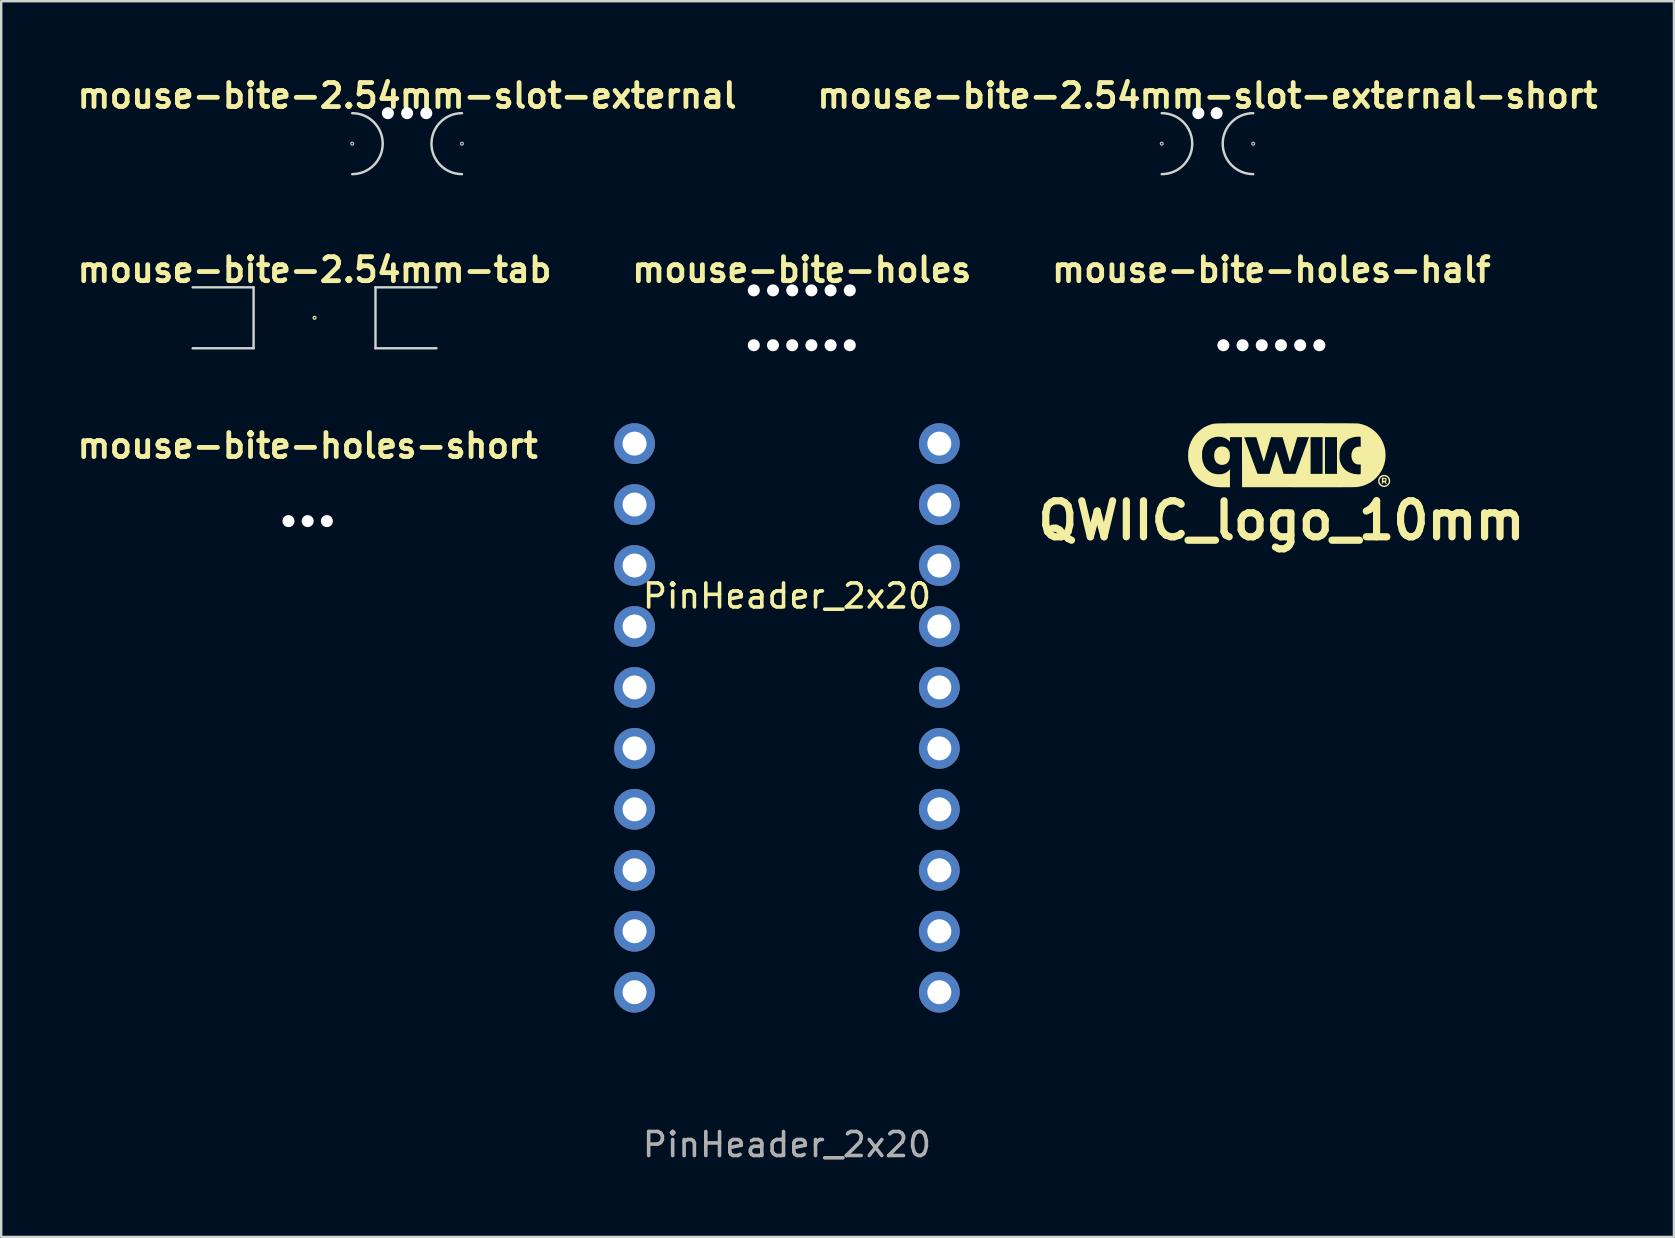
<source format=kicad_pcb>
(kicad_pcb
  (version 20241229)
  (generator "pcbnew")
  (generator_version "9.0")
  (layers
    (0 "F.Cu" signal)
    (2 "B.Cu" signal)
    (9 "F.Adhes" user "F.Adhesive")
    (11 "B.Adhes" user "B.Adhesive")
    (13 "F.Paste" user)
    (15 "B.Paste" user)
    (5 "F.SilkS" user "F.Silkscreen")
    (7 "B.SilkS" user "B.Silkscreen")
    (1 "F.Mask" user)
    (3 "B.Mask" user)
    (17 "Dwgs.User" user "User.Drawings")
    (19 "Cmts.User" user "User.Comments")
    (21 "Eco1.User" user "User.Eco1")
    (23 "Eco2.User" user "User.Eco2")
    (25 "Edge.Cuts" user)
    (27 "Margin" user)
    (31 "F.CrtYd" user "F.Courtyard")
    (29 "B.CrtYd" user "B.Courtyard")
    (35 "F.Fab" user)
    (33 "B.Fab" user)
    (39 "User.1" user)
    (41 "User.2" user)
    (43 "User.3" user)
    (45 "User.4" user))
  (footprint "mouse-bite-2.54mm-tab"
    (layer "F.Cu")
    (at 10.057 10.193)
    (property "Reference" "mouse-bite-2.54mm-tab" (at 0 -2 0) (layer "F.SilkS") (effects (font (size 1 1) (thickness 0.2))))
    (attr through_hole)
    (fp_circle (center 0 0) (end 0.06 0) (stroke (width 0.05) (type solid)) (fill no) (layer "F.SilkS"))
    (fp_line (start -5.08 -1.27) (end -2.54 -1.27) (stroke (width 0.1) (type default)) (layer "Edge.Cuts"))
    (fp_line (start -5.08 1.27) (end -2.54 1.27) (stroke (width 0.1) (type default)) (layer "Edge.Cuts"))
    (fp_line (start -2.54 -1.27) (end -2.54 1.27) (stroke (width 0.1) (type default)) (layer "Edge.Cuts"))
    (fp_line (start 2.54 -1.27) (end 5.08 -1.27) (stroke (width 0.1) (type default)) (layer "Edge.Cuts"))
    (fp_line (start 2.54 1.27) (end 5.08 1.27) (stroke (width 0.1) (type default)) (layer "Edge.Cuts"))
    (fp_line (start 2.54 -1.27) (end 2.54 1.27) (stroke (width 0.1) (type default)) (layer "Edge.Cuts")))
  (footprint "mouse-bite-holes-half"
    (layer "F.Cu")
    (at 49.929 10.193)
    (property "Reference" "mouse-bite-holes-half" (at 0 -2 0) (layer "F.SilkS") (effects (font (size 1 1) (thickness 0.2))))
    (attr through_hole)
    (pad "" np_thru_hole circle (at -2 1.143) (size 0.5 0.5) (drill 0.5) (layers "*.Cu" "*.Mask"))
    (pad "" np_thru_hole circle (at -1.2 1.143) (size 0.5 0.5) (drill 0.5) (layers "*.Cu" "*.Mask"))
    (pad "" np_thru_hole circle (at -0.4 1.143) (size 0.5 0.5) (drill 0.5) (layers "*.Cu" "*.Mask"))
    (pad "" np_thru_hole circle (at 0.4 1.143) (size 0.5 0.5) (drill 0.5) (layers "*.Cu" "*.Mask"))
    (pad "" np_thru_hole circle (at 1.2 1.143) (size 0.5 0.5) (drill 0.5) (layers "*.Cu" "*.Mask"))
    (pad "" np_thru_hole circle (at 2 1.143) (size 0.5 0.5) (drill 0.5) (layers "*.Cu" "*.Mask")))
  (footprint "mouse-bite-2.54mm-slot-external"
    (layer "F.Cu")
    (at 13.914 2.936)
    (property "Reference" "mouse-bite-2.54mm-slot-external" (at 0 -2 0) (layer "F.SilkS") (effects (font (size 1 1) (thickness 0.2))))
    (attr through_hole)
    (fp_circle (center -2.286 0) (end -2.226 0) (stroke (width 0.05) (type solid)) (fill no) (layer "Dwgs.User"))
    (fp_circle (center 2.286 0) (end 2.346 0) (stroke (width 0.05) (type solid)) (fill no) (layer "Dwgs.User"))
    (fp_arc (start -2.286 -1.27) (mid -1.016 0) (end -2.286 1.27) (stroke (width 0.1016) (type solid)) (layer "Edge.Cuts"))
    (fp_arc (start 2.286 1.27) (mid 1.016 0) (end 2.286 -1.27) (stroke (width 0.1016) (type solid)) (layer "Edge.Cuts"))
    (pad "" np_thru_hole circle (at -0.8 -1.27) (size 0.5 0.5) (drill 0.5) (layers "*.Cu" "*.Mask"))
    (pad "" np_thru_hole circle (at 0 -1.27) (size 0.5 0.5) (drill 0.5) (layers "*.Cu" "*.Mask"))
    (pad "" np_thru_hole circle (at 0.8 -1.27) (size 0.5 0.5) (drill 0.5) (layers "*.Cu" "*.Mask")))
  (footprint "mouse-bite-2.54mm-slot-external-short"
    (layer "F.Cu")
    (at 47.267 2.936)
    (property "Reference" "mouse-bite-2.54mm-slot-external-short" (at 0 -2 0) (layer "F.SilkS") (effects (font (size 1 1) (thickness 0.2))))
    (attr through_hole)
    (fp_circle (center -1.905 0) (end -1.845 0) (stroke (width 0.05) (type solid)) (fill no) (layer "Dwgs.User"))
    (fp_circle (center 1.905 0) (end 1.965 0) (stroke (width 0.05) (type solid)) (fill no) (layer "Dwgs.User"))
    (fp_arc (start -1.905 -1.27) (mid -0.635 0) (end -1.905 1.27) (stroke (width 0.1016) (type solid)) (layer "Edge.Cuts"))
    (fp_arc (start 1.905 1.27) (mid 0.635 0) (end 1.905 -1.27) (stroke (width 0.1016) (type solid)) (layer "Edge.Cuts"))
    (pad "" np_thru_hole circle (at -0.381 -1.27) (size 0.5 0.5) (drill 0.5) (layers "*.Cu" "*.Mask"))
    (pad "" np_thru_hole circle (at 0.381 -1.27) (size 0.5 0.5) (drill 0.5) (layers "*.Cu" "*.Mask")))
  (footprint "PinHeader_2x20"
    (layer "F.Cu")
    (at 23.393 15.436)
    (property "Reference" "PinHeader_2x20" (at 6.35 6.35 0) (layer "F.SilkS") (effects (font (size 1 1) (thickness 0.15))))
    (attr through_hole)
    (fp_text user "${REFERENCE}" (at 6.35 29.21 180) (layer "F.Fab") (effects (font (size 1 1) (thickness 0.15))))
    (pad "1" thru_hole circle (at 0 0) (size 1.7 1.7) (drill 1) (layers "*.Cu" "*.Mask"))
    (pad "2" thru_hole oval (at 0 2.54) (size 1.7 1.7) (drill 1) (layers "*.Cu" "*.Mask"))
    (pad "3" thru_hole oval (at 0 5.08) (size 1.7 1.7) (drill 1) (layers "*.Cu" "*.Mask"))
    (pad "4" thru_hole oval (at 0 7.62) (size 1.7 1.7) (drill 1) (layers "*.Cu" "*.Mask"))
    (pad "5" thru_hole oval (at 0 10.16) (size 1.7 1.7) (drill 1) (layers "*.Cu" "*.Mask"))
    (pad "6" thru_hole oval (at 0 12.7) (size 1.7 1.7) (drill 1) (layers "*.Cu" "*.Mask"))
    (pad "7" thru_hole oval (at 0 15.24) (size 1.7 1.7) (drill 1) (layers "*.Cu" "*.Mask"))
    (pad "8" thru_hole oval (at 0 17.78) (size 1.7 1.7) (drill 1) (layers "*.Cu" "*.Mask"))
    (pad "9" thru_hole oval (at 0 20.32) (size 1.7 1.7) (drill 1) (layers "*.Cu" "*.Mask"))
    (pad "10" thru_hole oval (at 0 22.86) (size 1.7 1.7) (drill 1) (layers "*.Cu" "*.Mask"))
    (pad "11" thru_hole oval (at 12.7 22.86) (size 1.7 1.7) (drill 1) (layers "*.Cu" "*.Mask"))
    (pad "12" thru_hole oval (at 12.7 20.32) (size 1.7 1.7) (drill 1) (layers "*.Cu" "*.Mask"))
    (pad "13" thru_hole oval (at 12.7 17.78) (size 1.7 1.7) (drill 1) (layers "*.Cu" "*.Mask"))
    (pad "14" thru_hole oval (at 12.7 15.24) (size 1.7 1.7) (drill 1) (layers "*.Cu" "*.Mask"))
    (pad "15" thru_hole oval (at 12.7 12.7) (size 1.7 1.7) (drill 1) (layers "*.Cu" "*.Mask"))
    (pad "16" thru_hole oval (at 12.7 10.16) (size 1.7 1.7) (drill 1) (layers "*.Cu" "*.Mask"))
    (pad "17" thru_hole oval (at 12.7 7.62) (size 1.7 1.7) (drill 1) (layers "*.Cu" "*.Mask"))
    (pad "18" thru_hole oval (at 12.7 5.08) (size 1.7 1.7) (drill 1) (layers "*.Cu" "*.Mask"))
    (pad "19" thru_hole oval (at 12.7 2.54) (size 1.7 1.7) (drill 1) (layers "*.Cu" "*.Mask"))
    (pad "20" thru_hole circle (at 12.7 0) (size 1.7 1.7) (drill 1) (layers "*.Cu" "*.Mask")))
  (footprint "mouse-bite-holes-short"
    (layer "F.Cu")
    (at 9.771 17.522)
    (property "Reference" "mouse-bite-holes-short" (at 0 -2 0) (layer "F.SilkS") (effects (font (size 1 1) (thickness 0.2))))
    (attr through_hole)
    (pad "" np_thru_hole circle (at -0.8 1.143) (size 0.5 0.5) (drill 0.5) (layers "*.Cu" "*.Mask"))
    (pad "" np_thru_hole circle (at 0 1.143) (size 0.5 0.5) (drill 0.5) (layers "*.Cu" "*.Mask"))
    (pad "" np_thru_hole circle (at 0.8 1.143) (size 0.5 0.5) (drill 0.5) (layers "*.Cu" "*.Mask")))
  (footprint "QWIIC_logo_10mm"
    (layer "F.Cu")
    (at 50.604 15.846)
    (property "Reference" "QWIIC_logo_10mm" (at -0.254 2.794 0) (layer "F.SilkS") (effects (font (size 1.5 1.5) (thickness 0.3))))
    (attr board_only exclude_from_pos_files exclude_from_bom)
    (fp_poly (pts (xy -2.706 -0.288) (xy -2.628 -0.276) (xy -2.563 -0.249) (xy -2.507 -0.206) (xy -2.461 -0.146) (xy -2.437 -0.101) (xy -2.422 -0.067) (xy -2.412 -0.035) (xy -2.407 -0.000235) (xy -2.403 0.046) (xy -2.402 0.065) (xy -2.405 0.164) (xy -2.423 0.251) (xy -2.456 0.325) (xy -2.503 0.386) (xy -2.529 0.409) (xy -2.591 0.447) (xy -2.663 0.47) (xy -2.737 0.477) (xy -2.81 0.468) (xy -2.824 0.464) (xy -2.898 0.431) (xy -2.959 0.383) (xy -3.005 0.322) (xy -3.038 0.247) (xy -3.055 0.16) (xy -3.058 0.066) (xy -3.05 -0.017) (xy -3.032 -0.085) (xy -3.002 -0.142) (xy -2.96 -0.194) (xy -2.944 -0.21) (xy -2.892 -0.25) (xy -2.84 -0.275) (xy -2.781 -0.287) (xy -2.711 -0.288)) (stroke (width 0) (type solid)) (fill yes) (layer "F.SilkS"))
    (fp_poly (pts (xy 4.045 1.014) (xy 4.088 1.025) (xy 4.115 1.043) (xy 4.12 1.05) (xy 4.129 1.083) (xy 4.128 1.12) (xy 4.116 1.152) (xy 4.11 1.16) (xy 4.096 1.175) (xy 4.095 1.187) (xy 4.106 1.206) (xy 4.108 1.208) (xy 4.127 1.236) (xy 4.134 1.252) (xy 4.13 1.258) (xy 4.115 1.26) (xy 4.108 1.26) (xy 4.084 1.257) (xy 4.067 1.243) (xy 4.056 1.225) (xy 4.036 1.199) (xy 4.016 1.188) (xy 3.999 1.194) (xy 3.989 1.217) (xy 3.988 1.222) (xy 3.983 1.246) (xy 3.97 1.256) (xy 3.958 1.258) (xy 3.93 1.261) (xy 3.93 1.136) (xy 3.93 1.126) (xy 3.987 1.126) (xy 3.992 1.137) (xy 4.008 1.14) (xy 4.02 1.14) (xy 4.048 1.137) (xy 4.067 1.129) (xy 4.068 1.128) (xy 4.08 1.106) (xy 4.075 1.085) (xy 4.055 1.068) (xy 4.025 1.06) (xy 4.017 1.06) (xy 4 1.063) (xy 3.992 1.074) (xy 3.988 1.1) (xy 3.987 1.126) (xy 3.93 1.126) (xy 3.93 1.01) (xy 3.989 1.01)) (stroke (width 0) (type solid)) (fill yes) (layer "F.SilkS"))
    (fp_poly (pts (xy 4.051 0.893) (xy 4.117 0.908) (xy 4.174 0.939) (xy 4.22 0.982) (xy 4.254 1.035) (xy 4.274 1.095) (xy 4.278 1.159) (xy 4.266 1.224) (xy 4.251 1.258) (xy 4.224 1.297) (xy 4.186 1.336) (xy 4.144 1.368) (xy 4.103 1.388) (xy 4.102 1.388) (xy 4.037 1.399) (xy 3.969 1.393) (xy 3.933 1.384) (xy 3.888 1.359) (xy 3.844 1.322) (xy 3.808 1.277) (xy 3.795 1.255) (xy 3.778 1.201) (xy 3.774 1.139) (xy 3.777 1.122) (xy 3.832 1.122) (xy 3.833 1.176) (xy 3.85 1.227) (xy 3.878 1.271) (xy 3.918 1.307) (xy 3.965 1.33) (xy 4.018 1.34) (xy 4.075 1.333) (xy 4.098 1.325) (xy 4.15 1.293) (xy 4.187 1.252) (xy 4.21 1.203) (xy 4.219 1.151) (xy 4.213 1.098) (xy 4.193 1.048) (xy 4.159 1.005) (xy 4.11 0.971) (xy 4.098 0.965) (xy 4.04 0.951) (xy 3.982 0.955) (xy 3.929 0.976) (xy 3.884 1.013) (xy 3.85 1.063) (xy 3.849 1.065) (xy 3.832 1.122) (xy 3.777 1.122) (xy 3.783 1.077) (xy 3.804 1.022) (xy 3.847 0.964) (xy 3.9 0.923) (xy 3.963 0.898) (xy 4.034 0.892)) (stroke (width 0) (type solid)) (fill yes) (layer "F.SilkS"))
    (fp_poly (pts (xy -0.627 -1.26) (xy -0.358 -1.26) (xy -0.07 -1.26) (xy -0.034 -1.26) (xy 0.254 -1.26) (xy 0.523 -1.26) (xy 0.773 -1.26) (xy 1.006 -1.26) (xy 1.221 -1.26) (xy 1.42 -1.26) (xy 1.603 -1.259) (xy 1.77 -1.259) (xy 1.923 -1.259) (xy 2.063 -1.259) (xy 2.189 -1.258) (xy 2.302 -1.258) (xy 2.404 -1.258) (xy 2.495 -1.257) (xy 2.576 -1.256) (xy 2.647 -1.256) (xy 2.709 -1.255) (xy 2.762 -1.254) (xy 2.808 -1.253) (xy 2.847 -1.252) (xy 2.88 -1.251) (xy 2.907 -1.25) (xy 2.93 -1.249) (xy 2.948 -1.248) (xy 2.963 -1.246) (xy 2.975 -1.245) (xy 2.981 -1.244) (xy 3.135 -1.207) (xy 3.283 -1.153) (xy 3.421 -1.082) (xy 3.55 -0.996) (xy 3.668 -0.895) (xy 3.774 -0.782) (xy 3.867 -0.656) (xy 3.945 -0.519) (xy 4.007 -0.373) (xy 4.052 -0.219) (xy 4.062 -0.175) (xy 4.074 -0.091) (xy 4.081 0.005) (xy 4.082 0.106) (xy 4.077 0.204) (xy 4.067 0.292) (xy 4.065 0.299) (xy 4.028 0.456) (xy 3.972 0.606) (xy 3.899 0.749) (xy 3.81 0.881) (xy 3.706 1.002) (xy 3.587 1.111) (xy 3.457 1.204) (xy 3.428 1.222) (xy 3.291 1.292) (xy 3.144 1.347) (xy 2.991 1.385) (xy 2.883 1.4) (xy 2.861 1.401) (xy 2.824 1.403) (xy 2.771 1.404) (xy 2.702 1.405) (xy 2.616 1.406) (xy 2.513 1.406) (xy 2.394 1.407) (xy 2.257 1.408) (xy 2.102 1.408) (xy 1.93 1.408) (xy 1.739 1.409) (xy 1.53 1.409) (xy 1.302 1.409) (xy 1.055 1.409) (xy 0.789 1.408) (xy 0.503 1.408) (xy 0.44 1.408) (xy -1.895 1.405) (xy -1.898 0.362) (xy -1.9 -0.675) (xy -1.807 -0.675) (xy -1.539 0.065) (xy -1.496 0.182) (xy -1.456 0.293) (xy -1.417 0.399) (xy -1.382 0.496) (xy -1.35 0.583) (xy -1.322 0.66) (xy -1.299 0.724) (xy -1.28 0.774) (xy -1.268 0.808) (xy -1.261 0.826) (xy -1.26 0.828) (xy -1.257 0.834) (xy -1.252 0.84) (xy -1.243 0.844) (xy -1.227 0.847) (xy -1.202 0.848) (xy -1.167 0.849) (xy -1.117 0.85) (xy -1.052 0.85) (xy -1.002 0.85) (xy -0.754 0.85) (xy -0.611 0.388) (xy -0.582 0.295) (xy -0.555 0.209) (xy -0.53 0.13) (xy -0.508 0.061) (xy -0.49 0.003) (xy -0.475 -0.041) (xy -0.465 -0.071) (xy -0.461 -0.083) (xy -0.46 -0.083) (xy -0.456 -0.075) (xy -0.447 -0.05) (xy -0.433 -0.01) (xy -0.415 0.045) (xy -0.393 0.111) (xy -0.369 0.188) (xy -0.342 0.273) (xy -0.314 0.365) (xy -0.309 0.38) (xy -0.165 0.85) (xy 0.085 0.85) (xy 0.335 0.85) (xy 0.609 0.097) (xy 0.652 -0.02) (xy 0.693 -0.132) (xy 0.731 -0.238) (xy 0.767 -0.335) (xy 0.799 -0.422) (xy 0.827 -0.499) (xy 0.85 -0.563) (xy 0.868 -0.613) (xy 0.881 -0.648) (xy 0.887 -0.665) (xy 0.888 -0.667) (xy 0.885 -0.672) (xy 0.872 -0.675) (xy 0.848 -0.677) (xy 0.81 -0.679) (xy 0.757 -0.68) (xy 0.686 -0.68) (xy 0.648 -0.68) (xy 0.96 -0.68) (xy 0.96 0.085) (xy 0.96 0.85) (xy 1.21 0.85) (xy 1.46 0.85) (xy 1.46 0.085) (xy 1.46 -0.68) (xy 1.56 -0.68) (xy 1.56 0.085) (xy 1.56 0.85) (xy 1.81 0.85) (xy 2.06 0.85) (xy 2.06 0.09) (xy 2.165 0.09) (xy 2.165 0.155) (xy 2.167 0.206) (xy 2.17 0.245) (xy 2.174 0.278) (xy 2.181 0.31) (xy 2.188 0.335) (xy 2.231 0.45) (xy 2.289 0.552) (xy 2.361 0.641) (xy 2.447 0.717) (xy 2.545 0.777) (xy 2.656 0.823) (xy 2.778 0.854) (xy 2.91 0.868) (xy 2.942 0.869) (xy 2.981 0.869) (xy 3.013 0.867) (xy 3.033 0.864) (xy 3.034 0.864) (xy 3.04 0.86) (xy 3.044 0.85) (xy 3.047 0.831) (xy 3.048 0.802) (xy 3.049 0.76) (xy 3.05 0.702) (xy 3.05 0.659) (xy 3.05 0.46) (xy 2.973 0.46) (xy 2.907 0.455) (xy 2.853 0.44) (xy 2.804 0.412) (xy 2.773 0.387) (xy 2.728 0.334) (xy 2.694 0.267) (xy 2.671 0.191) (xy 2.661 0.109) (xy 2.665 0.026) (xy 2.671 -0.012) (xy 2.697 -0.096) (xy 2.736 -0.166) (xy 2.786 -0.22) (xy 2.847 -0.257) (xy 2.919 -0.278) (xy 2.978 -0.283) (xy 3.05 -0.282) (xy 3.048 -0.489) (xy 3.045 -0.695) (xy 2.975 -0.698) (xy 2.872 -0.695) (xy 2.765 -0.68) (xy 2.661 -0.653) (xy 2.565 -0.616) (xy 2.512 -0.589) (xy 2.453 -0.547) (xy 2.392 -0.492) (xy 2.334 -0.43) (xy 2.284 -0.366) (xy 2.253 -0.314) (xy 2.221 -0.249) (xy 2.198 -0.19) (xy 2.182 -0.131) (xy 2.172 -0.067) (xy 2.166 0.007) (xy 2.165 0.09) (xy 2.06 0.09) (xy 2.06 0.085) (xy 2.06 -0.68) (xy 1.81 -0.68) (xy 1.56 -0.68) (xy 1.46 -0.68) (xy 1.21 -0.68) (xy 0.96 -0.68) (xy 0.648 -0.68) (xy 0.404 -0.68) (xy 0.256 -0.172) (xy 0.227 -0.075) (xy 0.2 0.016) (xy 0.175 0.1) (xy 0.153 0.174) (xy 0.133 0.237) (xy 0.118 0.287) (xy 0.107 0.323) (xy 0.1 0.341) (xy 0.099 0.344) (xy 0.091 0.343) (xy 0.085 0.328) (xy 0.081 0.314) (xy 0.072 0.282) (xy 0.058 0.235) (xy 0.041 0.175) (xy 0.02 0.103) (xy -0.004 0.022) (xy -0.03 -0.067) (xy -0.057 -0.162) (xy -0.064 -0.186) (xy -0.207 -0.675) (xy -0.448 -0.678) (xy -0.688 -0.68) (xy -0.699 -0.648) (xy -0.703 -0.632) (xy -0.713 -0.599) (xy -0.727 -0.55) (xy -0.745 -0.489) (xy -0.766 -0.416) (xy -0.79 -0.334) (xy -0.816 -0.245) (xy -0.843 -0.15) (xy -0.846 -0.14) (xy -0.873 -0.046) (xy -0.898 0.042) (xy -0.922 0.122) (xy -0.943 0.193) (xy -0.961 0.252) (xy -0.975 0.298) (xy -0.984 0.329) (xy -0.989 0.342) (xy -0.989 0.343) (xy -0.994 0.335) (xy -1.003 0.31) (xy -1.016 0.269) (xy -1.034 0.214) (xy -1.055 0.146) (xy -1.079 0.069) (xy -1.105 -0.018) (xy -1.133 -0.112) (xy -1.146 -0.155) (xy -1.174 -0.252) (xy -1.201 -0.343) (xy -1.226 -0.427) (xy -1.248 -0.501) (xy -1.267 -0.564) (xy -1.283 -0.614) (xy -1.293 -0.65) (xy -1.3 -0.668) (xy -1.301 -0.671) (xy -1.312 -0.674) (xy -1.342 -0.676) (xy -1.388 -0.677) (xy -1.448 -0.678) (xy -1.52 -0.678) (xy -1.557 -0.678) (xy -1.807 -0.675) (xy -1.9 -0.675) (xy -1.9 -0.68) (xy -2.15 -0.68) (xy -2.4 -0.68) (xy -2.4 -0.584) (xy -2.4 -0.488) (xy -2.462 -0.545) (xy -2.545 -0.609) (xy -2.639 -0.656) (xy -2.741 -0.686) (xy -2.85 -0.697) (xy -2.91 -0.697) (xy -3.03 -0.681) (xy -3.14 -0.648) (xy -3.238 -0.598) (xy -3.326 -0.533) (xy -3.402 -0.452) (xy -3.464 -0.356) (xy -3.514 -0.247) (xy -3.542 -0.153) (xy -3.552 -0.109) (xy -3.558 -0.065) (xy -3.562 -0.016) (xy -3.563 0.044) (xy -3.564 0.08) (xy -3.561 0.181) (xy -3.551 0.269) (xy -3.532 0.35) (xy -3.505 0.43) (xy -3.474 0.499) (xy -3.446 0.551) (xy -3.418 0.594) (xy -3.384 0.636) (xy -3.352 0.67) (xy -3.27 0.742) (xy -3.184 0.796) (xy -3.091 0.835) (xy -2.989 0.858) (xy -2.895 0.867) (xy -2.782 0.865) (xy -2.681 0.847) (xy -2.59 0.812) (xy -2.508 0.761) (xy -2.459 0.718) (xy -2.4 0.66) (xy -2.4 1.035) (xy -2.4 1.41) (xy -2.647 1.409) (xy -2.72 1.408) (xy -2.791 1.407) (xy -2.855 1.405) (xy -2.908 1.403) (xy -2.948 1.401) (xy -2.964 1.399) (xy -3.097 1.377) (xy -3.224 1.342) (xy -3.35 1.293) (xy -3.424 1.257) (xy -3.561 1.176) (xy -3.687 1.079) (xy -3.8 0.968) (xy -3.899 0.845) (xy -3.983 0.709) (xy -4.052 0.564) (xy -4.104 0.41) (xy -4.127 0.313) (xy -4.137 0.236) (xy -4.143 0.147) (xy -4.144 0.052) (xy -4.14 -0.043) (xy -4.131 -0.131) (xy -4.121 -0.187) (xy -4.08 -0.345) (xy -4.023 -0.49) (xy -3.951 -0.625) (xy -3.862 -0.75) (xy -3.755 -0.869) (xy -3.734 -0.889) (xy -3.617 -0.991) (xy -3.495 -1.076) (xy -3.365 -1.144) (xy -3.225 -1.199) (xy -3.208 -1.205) (xy -3.192 -1.21) (xy -3.178 -1.215) (xy -3.164 -1.22) (xy -3.149 -1.225) (xy -3.133 -1.229) (xy -3.116 -1.232) (xy -3.096 -1.236) (xy -3.073 -1.239) (xy -3.047 -1.242) (xy -3.015 -1.244) (xy -2.979 -1.247) (xy -2.936 -1.249) (xy -2.887 -1.251) (xy -2.831 -1.252) (xy -2.766 -1.254) (xy -2.693 -1.255) (xy -2.61 -1.256) (xy -2.517 -1.257) (xy -2.414 -1.258) (xy -2.298 -1.258) (xy -2.171 -1.259) (xy -2.031 -1.259) (xy -1.877 -1.26) (xy -1.708 -1.26) (xy -1.525 -1.26) (xy -1.326 -1.26) (xy -1.11 -1.26) (xy -0.878 -1.26)) (stroke (width 0) (type solid)) (fill yes) (layer "F.SilkS")))
  (footprint "mouse-bite-holes"
    (layer "F.Cu")
    (at 30.362 10.193)
    (property "Reference" "mouse-bite-holes" (at 0 -2 0) (layer "F.SilkS") (effects (font (size 1 1) (thickness 0.2))))
    (attr through_hole)
    (pad "" np_thru_hole circle (at -2 -1.143) (size 0.5 0.5) (drill 0.5) (layers "*.Cu" "*.Mask"))
    (pad "" np_thru_hole circle (at -2 1.143) (size 0.5 0.5) (drill 0.5) (layers "*.Cu" "*.Mask"))
    (pad "" np_thru_hole circle (at -1.2 -1.143) (size 0.5 0.5) (drill 0.5) (layers "*.Cu" "*.Mask"))
    (pad "" np_thru_hole circle (at -1.2 1.143) (size 0.5 0.5) (drill 0.5) (layers "*.Cu" "*.Mask"))
    (pad "" np_thru_hole circle (at -0.4 -1.143) (size 0.5 0.5) (drill 0.5) (layers "*.Cu" "*.Mask"))
    (pad "" np_thru_hole circle (at -0.4 1.143) (size 0.5 0.5) (drill 0.5) (layers "*.Cu" "*.Mask"))
    (pad "" np_thru_hole circle (at 0.4 -1.143) (size 0.5 0.5) (drill 0.5) (layers "*.Cu" "*.Mask"))
    (pad "" np_thru_hole circle (at 0.4 1.143) (size 0.5 0.5) (drill 0.5) (layers "*.Cu" "*.Mask"))
    (pad "" np_thru_hole circle (at 1.2 -1.143) (size 0.5 0.5) (drill 0.5) (layers "*.Cu" "*.Mask"))
    (pad "" np_thru_hole circle (at 1.2 1.143) (size 0.5 0.5) (drill 0.5) (layers "*.Cu" "*.Mask"))
    (pad "" np_thru_hole circle (at 2 -1.143) (size 0.5 0.5) (drill 0.5) (layers "*.Cu" "*.Mask"))
    (pad "" np_thru_hole circle (at 2 1.143) (size 0.5 0.5) (drill 0.5) (layers "*.Cu" "*.Mask")))
  (gr_rect
    (start -3 -3)
    (end 66.705 48.494)
    (stroke (width 0.1) (type default))
    (fill no)
    (layer "Edge.Cuts")))
</source>
